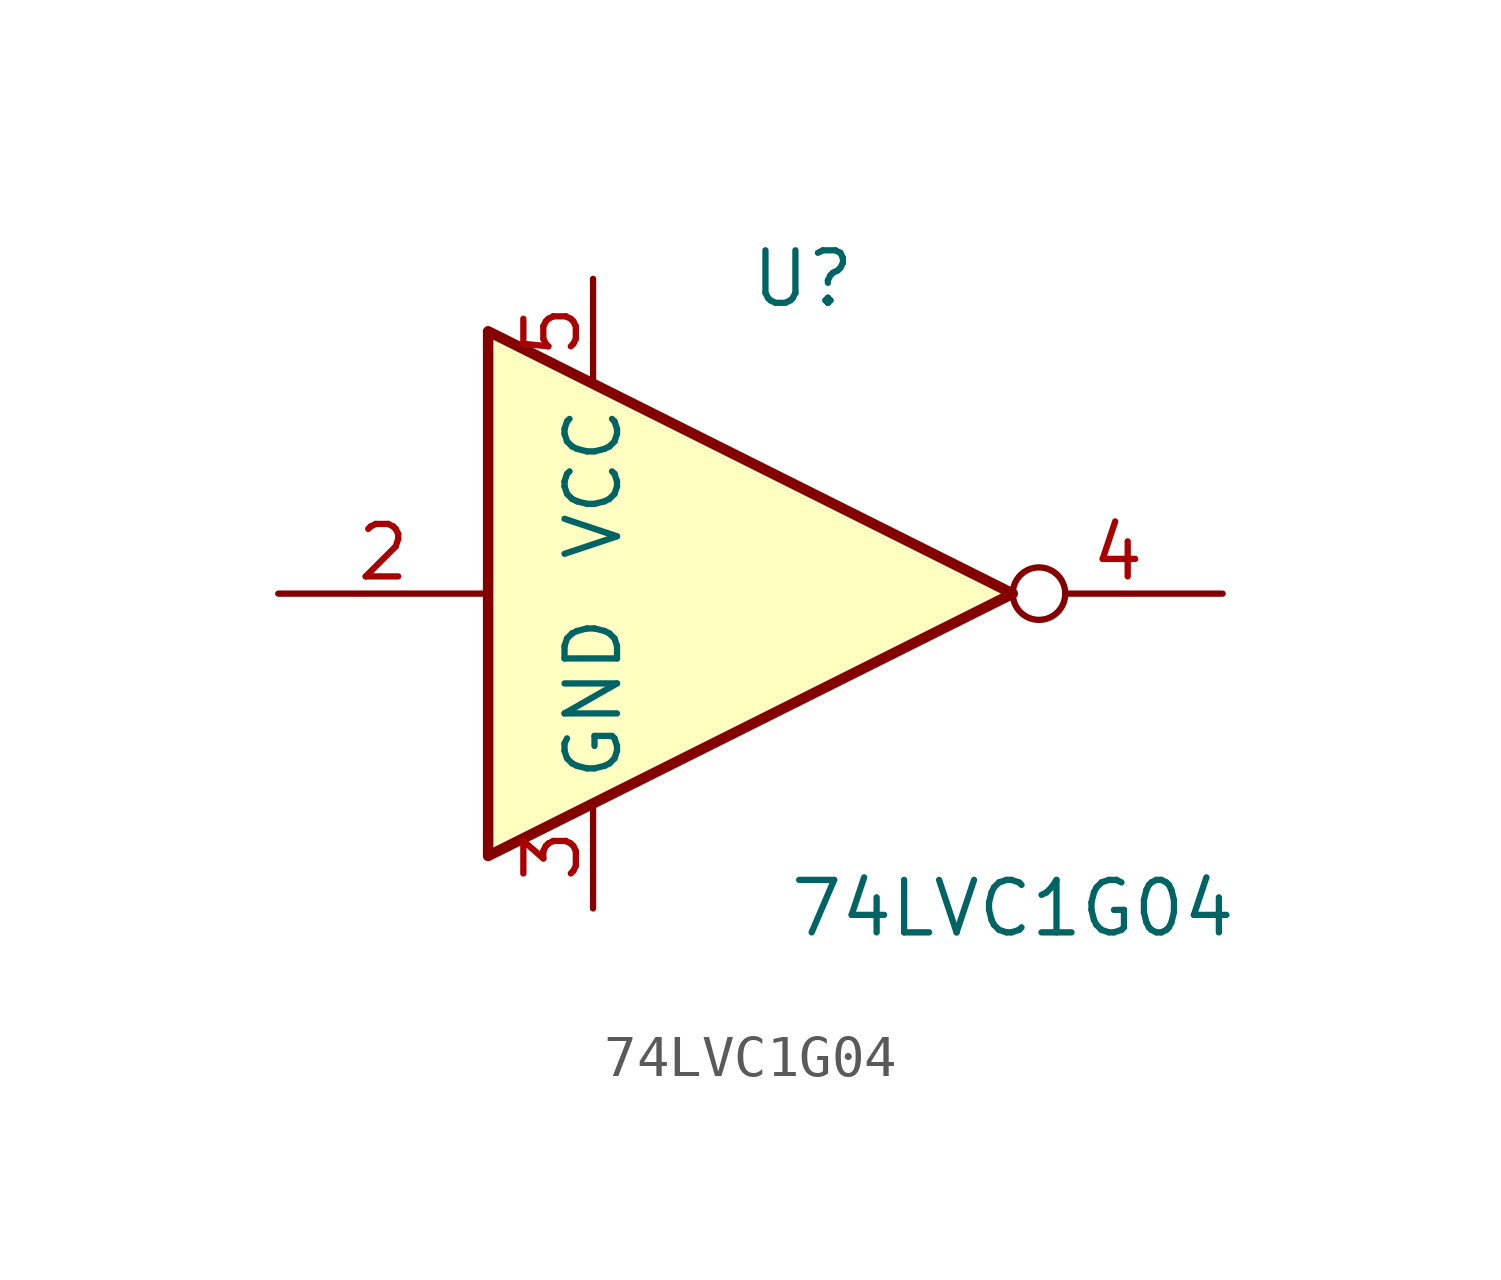
<source format=kicad_sym>
(kicad_symbol_lib
  (version 20231120)
  (generator "kicad_symbol_editor")
  (generator_version "8.0")
  (symbol "74LVC1G04"
    (property "Reference" "U"
      (at 0 7.62 0)
      (effects (font (size 1.27 1.27))))
    (property "Value" "74LVC1G04"
      (at 5.08 -7.62 0)
      (effects (font (size 1.27 1.27))))
    (symbol "74LVC1G04_0_1"
      (polyline (pts (xy -7.62 6.35) (xy -7.62 -6.35) (xy 5.08 0) (xy -7.62 6.35)) (stroke (width 0.254) (type default)) (fill (type background))))
    (symbol "74LVC1G04_1_1"
      (pin no_connect non_logic (at -7.62 3.81 0) (length 0) hide (name "~" (effects (font (size 1.27 1.27)))) (number "1" (effects (font (size 1.27 1.27)))))
      (pin input line (at -12.7 0 0) (length 5.08) (name "~" (effects (font (size 1.27 1.27)))) (number "2" (effects (font (size 1.27 1.27)))))
      (pin power_in line (at -5.08 -7.62 90) (length 2.54) (name "GND" (effects (font (size 1.27 1.27)))) (number "3" (effects (font (size 1.27 1.27)))))
      (pin output inverted (at 10.16 0 180) (length 5.08) (name "~" (effects (font (size 1.27 1.27)))) (number "4" (effects (font (size 1.27 1.27)))))
      (pin power_in line (at -5.08 7.62 270) (length 2.54) (name "VCC" (effects (font (size 1.27 1.27)))) (number "5" (effects (font (size 1.27 1.27))))))))
</source>
